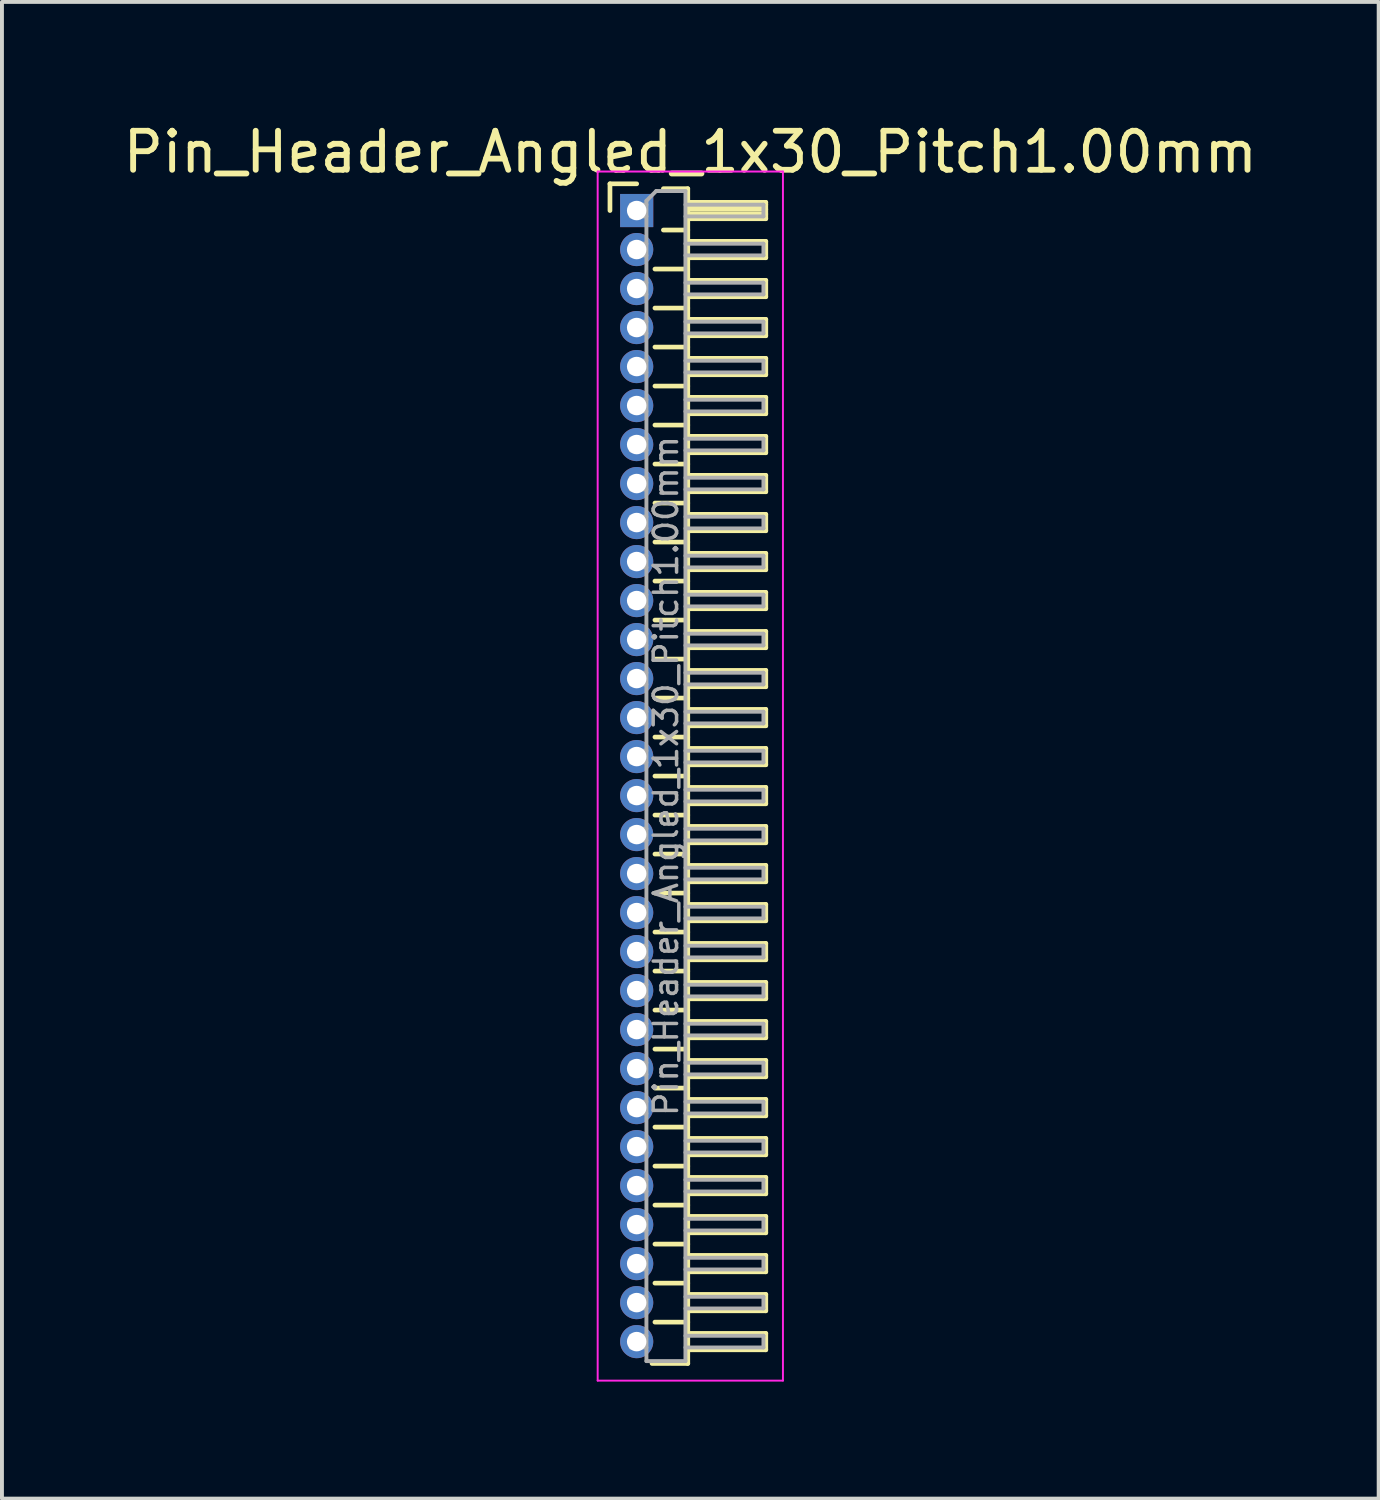
<source format=kicad_pcb>
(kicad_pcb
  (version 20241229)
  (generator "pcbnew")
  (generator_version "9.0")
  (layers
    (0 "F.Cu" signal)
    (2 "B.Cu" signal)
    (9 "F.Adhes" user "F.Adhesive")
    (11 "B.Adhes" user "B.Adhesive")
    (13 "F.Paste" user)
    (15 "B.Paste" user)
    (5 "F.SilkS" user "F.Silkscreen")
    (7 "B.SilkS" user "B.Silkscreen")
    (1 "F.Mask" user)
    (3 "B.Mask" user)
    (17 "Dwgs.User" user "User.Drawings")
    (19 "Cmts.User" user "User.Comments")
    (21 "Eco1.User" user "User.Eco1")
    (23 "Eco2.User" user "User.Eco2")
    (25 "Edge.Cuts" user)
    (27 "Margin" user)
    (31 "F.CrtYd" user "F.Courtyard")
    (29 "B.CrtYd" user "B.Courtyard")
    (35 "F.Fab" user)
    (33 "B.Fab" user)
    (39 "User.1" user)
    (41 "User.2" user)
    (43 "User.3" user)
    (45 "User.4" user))
  (footprint "Pin_Header_Angled_1x30_Pitch1.00mm"
    (layer "F.Cu")
    (at 13.274 2.348)
    (property "Reference" "Pin_Header_Angled_1x30_Pitch1.00mm" (at 1.375 -1.5 0) (layer "F.SilkS") (effects (font (size 1 1) (thickness 0.15))))
    (attr through_hole)
    (fp_line (start -0.685 -0.685) (end 0 -0.685) (stroke (width 0.12) (type solid)) (layer "F.SilkS"))
    (fp_line (start -0.685 0) (end -0.685 -0.685) (stroke (width 0.12) (type solid)) (layer "F.SilkS"))
    (fp_line (start 0.468 1.5) (end 1.31 1.5) (stroke (width 0.12) (type solid)) (layer "F.SilkS"))
    (fp_line (start 0.468 2.5) (end 1.31 2.5) (stroke (width 0.12) (type solid)) (layer "F.SilkS"))
    (fp_line (start 0.468 3.5) (end 1.31 3.5) (stroke (width 0.12) (type solid)) (layer "F.SilkS"))
    (fp_line (start 0.468 4.5) (end 1.31 4.5) (stroke (width 0.12) (type solid)) (layer "F.SilkS"))
    (fp_line (start 0.468 5.5) (end 1.31 5.5) (stroke (width 0.12) (type solid)) (layer "F.SilkS"))
    (fp_line (start 0.468 6.5) (end 1.31 6.5) (stroke (width 0.12) (type solid)) (layer "F.SilkS"))
    (fp_line (start 0.468 7.5) (end 1.31 7.5) (stroke (width 0.12) (type solid)) (layer "F.SilkS"))
    (fp_line (start 0.468 8.5) (end 1.31 8.5) (stroke (width 0.12) (type solid)) (layer "F.SilkS"))
    (fp_line (start 0.468 9.5) (end 1.31 9.5) (stroke (width 0.12) (type solid)) (layer "F.SilkS"))
    (fp_line (start 0.468 10.5) (end 1.31 10.5) (stroke (width 0.12) (type solid)) (layer "F.SilkS"))
    (fp_line (start 0.468 11.5) (end 1.31 11.5) (stroke (width 0.12) (type solid)) (layer "F.SilkS"))
    (fp_line (start 0.468 12.5) (end 1.31 12.5) (stroke (width 0.12) (type solid)) (layer "F.SilkS"))
    (fp_line (start 0.468 13.5) (end 1.31 13.5) (stroke (width 0.12) (type solid)) (layer "F.SilkS"))
    (fp_line (start 0.468 14.5) (end 1.31 14.5) (stroke (width 0.12) (type solid)) (layer "F.SilkS"))
    (fp_line (start 0.468 15.5) (end 1.31 15.5) (stroke (width 0.12) (type solid)) (layer "F.SilkS"))
    (fp_line (start 0.468 16.5) (end 1.31 16.5) (stroke (width 0.12) (type solid)) (layer "F.SilkS"))
    (fp_line (start 0.468 17.5) (end 1.31 17.5) (stroke (width 0.12) (type solid)) (layer "F.SilkS"))
    (fp_line (start 0.468 18.5) (end 1.31 18.5) (stroke (width 0.12) (type solid)) (layer "F.SilkS"))
    (fp_line (start 0.468 19.5) (end 1.31 19.5) (stroke (width 0.12) (type solid)) (layer "F.SilkS"))
    (fp_line (start 0.468 20.5) (end 1.31 20.5) (stroke (width 0.12) (type solid)) (layer "F.SilkS"))
    (fp_line (start 0.468 21.5) (end 1.31 21.5) (stroke (width 0.12) (type solid)) (layer "F.SilkS"))
    (fp_line (start 0.468 22.5) (end 1.31 22.5) (stroke (width 0.12) (type solid)) (layer "F.SilkS"))
    (fp_line (start 0.468 23.5) (end 1.31 23.5) (stroke (width 0.12) (type solid)) (layer "F.SilkS"))
    (fp_line (start 0.468 24.5) (end 1.31 24.5) (stroke (width 0.12) (type solid)) (layer "F.SilkS"))
    (fp_line (start 0.468 25.5) (end 1.31 25.5) (stroke (width 0.12) (type solid)) (layer "F.SilkS"))
    (fp_line (start 0.468 26.5) (end 1.31 26.5) (stroke (width 0.12) (type solid)) (layer "F.SilkS"))
    (fp_line (start 0.468 27.5) (end 1.31 27.5) (stroke (width 0.12) (type solid)) (layer "F.SilkS"))
    (fp_line (start 0.468 28.5) (end 1.31 28.5) (stroke (width 0.12) (type solid)) (layer "F.SilkS"))
    (fp_line (start 0.685 -0.56) (end 1.31 -0.56) (stroke (width 0.12) (type solid)) (layer "F.SilkS"))
    (fp_line (start 0.685 0.5) (end 1.31 0.5) (stroke (width 0.12) (type solid)) (layer "F.SilkS"))
    (fp_line (start 1.31 -0.56) (end 1.31 29.56) (stroke (width 0.12) (type solid)) (layer "F.SilkS"))
    (fp_line (start 1.31 -0.21) (end 3.31 -0.21) (stroke (width 0.12) (type solid)) (layer "F.SilkS"))
    (fp_line (start 1.31 -0.15) (end 3.31 -0.15) (stroke (width 0.12) (type solid)) (layer "F.SilkS"))
    (fp_line (start 1.31 -0.03) (end 3.31 -0.03) (stroke (width 0.12) (type solid)) (layer "F.SilkS"))
    (fp_line (start 1.31 0.09) (end 3.31 0.09) (stroke (width 0.12) (type solid)) (layer "F.SilkS"))
    (fp_line (start 1.31 0.79) (end 3.31 0.79) (stroke (width 0.12) (type solid)) (layer "F.SilkS"))
    (fp_line (start 1.31 1.79) (end 3.31 1.79) (stroke (width 0.12) (type solid)) (layer "F.SilkS"))
    (fp_line (start 1.31 2.79) (end 3.31 2.79) (stroke (width 0.12) (type solid)) (layer "F.SilkS"))
    (fp_line (start 1.31 3.79) (end 3.31 3.79) (stroke (width 0.12) (type solid)) (layer "F.SilkS"))
    (fp_line (start 1.31 4.79) (end 3.31 4.79) (stroke (width 0.12) (type solid)) (layer "F.SilkS"))
    (fp_line (start 1.31 5.79) (end 3.31 5.79) (stroke (width 0.12) (type solid)) (layer "F.SilkS"))
    (fp_line (start 1.31 6.79) (end 3.31 6.79) (stroke (width 0.12) (type solid)) (layer "F.SilkS"))
    (fp_line (start 1.31 7.79) (end 3.31 7.79) (stroke (width 0.12) (type solid)) (layer "F.SilkS"))
    (fp_line (start 1.31 8.79) (end 3.31 8.79) (stroke (width 0.12) (type solid)) (layer "F.SilkS"))
    (fp_line (start 1.31 9.79) (end 3.31 9.79) (stroke (width 0.12) (type solid)) (layer "F.SilkS"))
    (fp_line (start 1.31 10.79) (end 3.31 10.79) (stroke (width 0.12) (type solid)) (layer "F.SilkS"))
    (fp_line (start 1.31 11.79) (end 3.31 11.79) (stroke (width 0.12) (type solid)) (layer "F.SilkS"))
    (fp_line (start 1.31 12.79) (end 3.31 12.79) (stroke (width 0.12) (type solid)) (layer "F.SilkS"))
    (fp_line (start 1.31 13.79) (end 3.31 13.79) (stroke (width 0.12) (type solid)) (layer "F.SilkS"))
    (fp_line (start 1.31 14.79) (end 3.31 14.79) (stroke (width 0.12) (type solid)) (layer "F.SilkS"))
    (fp_line (start 1.31 15.79) (end 3.31 15.79) (stroke (width 0.12) (type solid)) (layer "F.SilkS"))
    (fp_line (start 1.31 16.79) (end 3.31 16.79) (stroke (width 0.12) (type solid)) (layer "F.SilkS"))
    (fp_line (start 1.31 17.79) (end 3.31 17.79) (stroke (width 0.12) (type solid)) (layer "F.SilkS"))
    (fp_line (start 1.31 18.79) (end 3.31 18.79) (stroke (width 0.12) (type solid)) (layer "F.SilkS"))
    (fp_line (start 1.31 19.79) (end 3.31 19.79) (stroke (width 0.12) (type solid)) (layer "F.SilkS"))
    (fp_line (start 1.31 20.79) (end 3.31 20.79) (stroke (width 0.12) (type solid)) (layer "F.SilkS"))
    (fp_line (start 1.31 21.79) (end 3.31 21.79) (stroke (width 0.12) (type solid)) (layer "F.SilkS"))
    (fp_line (start 1.31 22.79) (end 3.31 22.79) (stroke (width 0.12) (type solid)) (layer "F.SilkS"))
    (fp_line (start 1.31 23.79) (end 3.31 23.79) (stroke (width 0.12) (type solid)) (layer "F.SilkS"))
    (fp_line (start 1.31 24.79) (end 3.31 24.79) (stroke (width 0.12) (type solid)) (layer "F.SilkS"))
    (fp_line (start 1.31 25.79) (end 3.31 25.79) (stroke (width 0.12) (type solid)) (layer "F.SilkS"))
    (fp_line (start 1.31 26.79) (end 3.31 26.79) (stroke (width 0.12) (type solid)) (layer "F.SilkS"))
    (fp_line (start 1.31 27.79) (end 3.31 27.79) (stroke (width 0.12) (type solid)) (layer "F.SilkS"))
    (fp_line (start 1.31 28.79) (end 3.31 28.79) (stroke (width 0.12) (type solid)) (layer "F.SilkS"))
    (fp_line (start 1.31 29.56) (end 0.394 29.56) (stroke (width 0.12) (type solid)) (layer "F.SilkS"))
    (fp_line (start 3.31 -0.21) (end 3.31 0.21) (stroke (width 0.12) (type solid)) (layer "F.SilkS"))
    (fp_line (start 3.31 0.21) (end 1.31 0.21) (stroke (width 0.12) (type solid)) (layer "F.SilkS"))
    (fp_line (start 3.31 0.79) (end 3.31 1.21) (stroke (width 0.12) (type solid)) (layer "F.SilkS"))
    (fp_line (start 3.31 1.21) (end 1.31 1.21) (stroke (width 0.12) (type solid)) (layer "F.SilkS"))
    (fp_line (start 3.31 1.79) (end 3.31 2.21) (stroke (width 0.12) (type solid)) (layer "F.SilkS"))
    (fp_line (start 3.31 2.21) (end 1.31 2.21) (stroke (width 0.12) (type solid)) (layer "F.SilkS"))
    (fp_line (start 3.31 2.79) (end 3.31 3.21) (stroke (width 0.12) (type solid)) (layer "F.SilkS"))
    (fp_line (start 3.31 3.21) (end 1.31 3.21) (stroke (width 0.12) (type solid)) (layer "F.SilkS"))
    (fp_line (start 3.31 3.79) (end 3.31 4.21) (stroke (width 0.12) (type solid)) (layer "F.SilkS"))
    (fp_line (start 3.31 4.21) (end 1.31 4.21) (stroke (width 0.12) (type solid)) (layer "F.SilkS"))
    (fp_line (start 3.31 4.79) (end 3.31 5.21) (stroke (width 0.12) (type solid)) (layer "F.SilkS"))
    (fp_line (start 3.31 5.21) (end 1.31 5.21) (stroke (width 0.12) (type solid)) (layer "F.SilkS"))
    (fp_line (start 3.31 5.79) (end 3.31 6.21) (stroke (width 0.12) (type solid)) (layer "F.SilkS"))
    (fp_line (start 3.31 6.21) (end 1.31 6.21) (stroke (width 0.12) (type solid)) (layer "F.SilkS"))
    (fp_line (start 3.31 6.79) (end 3.31 7.21) (stroke (width 0.12) (type solid)) (layer "F.SilkS"))
    (fp_line (start 3.31 7.21) (end 1.31 7.21) (stroke (width 0.12) (type solid)) (layer "F.SilkS"))
    (fp_line (start 3.31 7.79) (end 3.31 8.21) (stroke (width 0.12) (type solid)) (layer "F.SilkS"))
    (fp_line (start 3.31 8.21) (end 1.31 8.21) (stroke (width 0.12) (type solid)) (layer "F.SilkS"))
    (fp_line (start 3.31 8.79) (end 3.31 9.21) (stroke (width 0.12) (type solid)) (layer "F.SilkS"))
    (fp_line (start 3.31 9.21) (end 1.31 9.21) (stroke (width 0.12) (type solid)) (layer "F.SilkS"))
    (fp_line (start 3.31 9.79) (end 3.31 10.21) (stroke (width 0.12) (type solid)) (layer "F.SilkS"))
    (fp_line (start 3.31 10.21) (end 1.31 10.21) (stroke (width 0.12) (type solid)) (layer "F.SilkS"))
    (fp_line (start 3.31 10.79) (end 3.31 11.21) (stroke (width 0.12) (type solid)) (layer "F.SilkS"))
    (fp_line (start 3.31 11.21) (end 1.31 11.21) (stroke (width 0.12) (type solid)) (layer "F.SilkS"))
    (fp_line (start 3.31 11.79) (end 3.31 12.21) (stroke (width 0.12) (type solid)) (layer "F.SilkS"))
    (fp_line (start 3.31 12.21) (end 1.31 12.21) (stroke (width 0.12) (type solid)) (layer "F.SilkS"))
    (fp_line (start 3.31 12.79) (end 3.31 13.21) (stroke (width 0.12) (type solid)) (layer "F.SilkS"))
    (fp_line (start 3.31 13.21) (end 1.31 13.21) (stroke (width 0.12) (type solid)) (layer "F.SilkS"))
    (fp_line (start 3.31 13.79) (end 3.31 14.21) (stroke (width 0.12) (type solid)) (layer "F.SilkS"))
    (fp_line (start 3.31 14.21) (end 1.31 14.21) (stroke (width 0.12) (type solid)) (layer "F.SilkS"))
    (fp_line (start 3.31 14.79) (end 3.31 15.21) (stroke (width 0.12) (type solid)) (layer "F.SilkS"))
    (fp_line (start 3.31 15.21) (end 1.31 15.21) (stroke (width 0.12) (type solid)) (layer "F.SilkS"))
    (fp_line (start 3.31 15.79) (end 3.31 16.21) (stroke (width 0.12) (type solid)) (layer "F.SilkS"))
    (fp_line (start 3.31 16.21) (end 1.31 16.21) (stroke (width 0.12) (type solid)) (layer "F.SilkS"))
    (fp_line (start 3.31 16.79) (end 3.31 17.21) (stroke (width 0.12) (type solid)) (layer "F.SilkS"))
    (fp_line (start 3.31 17.21) (end 1.31 17.21) (stroke (width 0.12) (type solid)) (layer "F.SilkS"))
    (fp_line (start 3.31 17.79) (end 3.31 18.21) (stroke (width 0.12) (type solid)) (layer "F.SilkS"))
    (fp_line (start 3.31 18.21) (end 1.31 18.21) (stroke (width 0.12) (type solid)) (layer "F.SilkS"))
    (fp_line (start 3.31 18.79) (end 3.31 19.21) (stroke (width 0.12) (type solid)) (layer "F.SilkS"))
    (fp_line (start 3.31 19.21) (end 1.31 19.21) (stroke (width 0.12) (type solid)) (layer "F.SilkS"))
    (fp_line (start 3.31 19.79) (end 3.31 20.21) (stroke (width 0.12) (type solid)) (layer "F.SilkS"))
    (fp_line (start 3.31 20.21) (end 1.31 20.21) (stroke (width 0.12) (type solid)) (layer "F.SilkS"))
    (fp_line (start 3.31 20.79) (end 3.31 21.21) (stroke (width 0.12) (type solid)) (layer "F.SilkS"))
    (fp_line (start 3.31 21.21) (end 1.31 21.21) (stroke (width 0.12) (type solid)) (layer "F.SilkS"))
    (fp_line (start 3.31 21.79) (end 3.31 22.21) (stroke (width 0.12) (type solid)) (layer "F.SilkS"))
    (fp_line (start 3.31 22.21) (end 1.31 22.21) (stroke (width 0.12) (type solid)) (layer "F.SilkS"))
    (fp_line (start 3.31 22.79) (end 3.31 23.21) (stroke (width 0.12) (type solid)) (layer "F.SilkS"))
    (fp_line (start 3.31 23.21) (end 1.31 23.21) (stroke (width 0.12) (type solid)) (layer "F.SilkS"))
    (fp_line (start 3.31 23.79) (end 3.31 24.21) (stroke (width 0.12) (type solid)) (layer "F.SilkS"))
    (fp_line (start 3.31 24.21) (end 1.31 24.21) (stroke (width 0.12) (type solid)) (layer "F.SilkS"))
    (fp_line (start 3.31 24.79) (end 3.31 25.21) (stroke (width 0.12) (type solid)) (layer "F.SilkS"))
    (fp_line (start 3.31 25.21) (end 1.31 25.21) (stroke (width 0.12) (type solid)) (layer "F.SilkS"))
    (fp_line (start 3.31 25.79) (end 3.31 26.21) (stroke (width 0.12) (type solid)) (layer "F.SilkS"))
    (fp_line (start 3.31 26.21) (end 1.31 26.21) (stroke (width 0.12) (type solid)) (layer "F.SilkS"))
    (fp_line (start 3.31 26.79) (end 3.31 27.21) (stroke (width 0.12) (type solid)) (layer "F.SilkS"))
    (fp_line (start 3.31 27.21) (end 1.31 27.21) (stroke (width 0.12) (type solid)) (layer "F.SilkS"))
    (fp_line (start 3.31 27.79) (end 3.31 28.21) (stroke (width 0.12) (type solid)) (layer "F.SilkS"))
    (fp_line (start 3.31 28.21) (end 1.31 28.21) (stroke (width 0.12) (type solid)) (layer "F.SilkS"))
    (fp_line (start 3.31 28.79) (end 3.31 29.21) (stroke (width 0.12) (type solid)) (layer "F.SilkS"))
    (fp_line (start 3.31 29.21) (end 1.31 29.21) (stroke (width 0.12) (type solid)) (layer "F.SilkS"))
    (fp_line (start -1 -1) (end -1 30) (stroke (width 0.05) (type solid)) (layer "F.CrtYd"))
    (fp_line (start -1 30) (end 3.75 30) (stroke (width 0.05) (type solid)) (layer "F.CrtYd"))
    (fp_line (start 3.75 -1) (end -1 -1) (stroke (width 0.05) (type solid)) (layer "F.CrtYd"))
    (fp_line (start 3.75 30) (end 3.75 -1) (stroke (width 0.05) (type solid)) (layer "F.CrtYd"))
    (fp_line (start -0.15 -0.15) (end -0.15 0.15) (stroke (width 0.1) (type solid)) (layer "F.Fab"))
    (fp_line (start -0.15 -0.15) (end 0.25 -0.15) (stroke (width 0.1) (type solid)) (layer "F.Fab"))
    (fp_line (start -0.15 0.15) (end 0.25 0.15) (stroke (width 0.1) (type solid)) (layer "F.Fab"))
    (fp_line (start -0.15 0.85) (end -0.15 1.15) (stroke (width 0.1) (type solid)) (layer "F.Fab"))
    (fp_line (start -0.15 0.85) (end 0.25 0.85) (stroke (width 0.1) (type solid)) (layer "F.Fab"))
    (fp_line (start -0.15 1.15) (end 0.25 1.15) (stroke (width 0.1) (type solid)) (layer "F.Fab"))
    (fp_line (start -0.15 1.85) (end -0.15 2.15) (stroke (width 0.1) (type solid)) (layer "F.Fab"))
    (fp_line (start -0.15 1.85) (end 0.25 1.85) (stroke (width 0.1) (type solid)) (layer "F.Fab"))
    (fp_line (start -0.15 2.15) (end 0.25 2.15) (stroke (width 0.1) (type solid)) (layer "F.Fab"))
    (fp_line (start -0.15 2.85) (end -0.15 3.15) (stroke (width 0.1) (type solid)) (layer "F.Fab"))
    (fp_line (start -0.15 2.85) (end 0.25 2.85) (stroke (width 0.1) (type solid)) (layer "F.Fab"))
    (fp_line (start -0.15 3.15) (end 0.25 3.15) (stroke (width 0.1) (type solid)) (layer "F.Fab"))
    (fp_line (start -0.15 3.85) (end -0.15 4.15) (stroke (width 0.1) (type solid)) (layer "F.Fab"))
    (fp_line (start -0.15 3.85) (end 0.25 3.85) (stroke (width 0.1) (type solid)) (layer "F.Fab"))
    (fp_line (start -0.15 4.15) (end 0.25 4.15) (stroke (width 0.1) (type solid)) (layer "F.Fab"))
    (fp_line (start -0.15 4.85) (end -0.15 5.15) (stroke (width 0.1) (type solid)) (layer "F.Fab"))
    (fp_line (start -0.15 4.85) (end 0.25 4.85) (stroke (width 0.1) (type solid)) (layer "F.Fab"))
    (fp_line (start -0.15 5.15) (end 0.25 5.15) (stroke (width 0.1) (type solid)) (layer "F.Fab"))
    (fp_line (start -0.15 5.85) (end -0.15 6.15) (stroke (width 0.1) (type solid)) (layer "F.Fab"))
    (fp_line (start -0.15 5.85) (end 0.25 5.85) (stroke (width 0.1) (type solid)) (layer "F.Fab"))
    (fp_line (start -0.15 6.15) (end 0.25 6.15) (stroke (width 0.1) (type solid)) (layer "F.Fab"))
    (fp_line (start -0.15 6.85) (end -0.15 7.15) (stroke (width 0.1) (type solid)) (layer "F.Fab"))
    (fp_line (start -0.15 6.85) (end 0.25 6.85) (stroke (width 0.1) (type solid)) (layer "F.Fab"))
    (fp_line (start -0.15 7.15) (end 0.25 7.15) (stroke (width 0.1) (type solid)) (layer "F.Fab"))
    (fp_line (start -0.15 7.85) (end -0.15 8.15) (stroke (width 0.1) (type solid)) (layer "F.Fab"))
    (fp_line (start -0.15 7.85) (end 0.25 7.85) (stroke (width 0.1) (type solid)) (layer "F.Fab"))
    (fp_line (start -0.15 8.15) (end 0.25 8.15) (stroke (width 0.1) (type solid)) (layer "F.Fab"))
    (fp_line (start -0.15 8.85) (end -0.15 9.15) (stroke (width 0.1) (type solid)) (layer "F.Fab"))
    (fp_line (start -0.15 8.85) (end 0.25 8.85) (stroke (width 0.1) (type solid)) (layer "F.Fab"))
    (fp_line (start -0.15 9.15) (end 0.25 9.15) (stroke (width 0.1) (type solid)) (layer "F.Fab"))
    (fp_line (start -0.15 9.85) (end -0.15 10.15) (stroke (width 0.1) (type solid)) (layer "F.Fab"))
    (fp_line (start -0.15 9.85) (end 0.25 9.85) (stroke (width 0.1) (type solid)) (layer "F.Fab"))
    (fp_line (start -0.15 10.15) (end 0.25 10.15) (stroke (width 0.1) (type solid)) (layer "F.Fab"))
    (fp_line (start -0.15 10.85) (end -0.15 11.15) (stroke (width 0.1) (type solid)) (layer "F.Fab"))
    (fp_line (start -0.15 10.85) (end 0.25 10.85) (stroke (width 0.1) (type solid)) (layer "F.Fab"))
    (fp_line (start -0.15 11.15) (end 0.25 11.15) (stroke (width 0.1) (type solid)) (layer "F.Fab"))
    (fp_line (start -0.15 11.85) (end -0.15 12.15) (stroke (width 0.1) (type solid)) (layer "F.Fab"))
    (fp_line (start -0.15 11.85) (end 0.25 11.85) (stroke (width 0.1) (type solid)) (layer "F.Fab"))
    (fp_line (start -0.15 12.15) (end 0.25 12.15) (stroke (width 0.1) (type solid)) (layer "F.Fab"))
    (fp_line (start -0.15 12.85) (end -0.15 13.15) (stroke (width 0.1) (type solid)) (layer "F.Fab"))
    (fp_line (start -0.15 12.85) (end 0.25 12.85) (stroke (width 0.1) (type solid)) (layer "F.Fab"))
    (fp_line (start -0.15 13.15) (end 0.25 13.15) (stroke (width 0.1) (type solid)) (layer "F.Fab"))
    (fp_line (start -0.15 13.85) (end -0.15 14.15) (stroke (width 0.1) (type solid)) (layer "F.Fab"))
    (fp_line (start -0.15 13.85) (end 0.25 13.85) (stroke (width 0.1) (type solid)) (layer "F.Fab"))
    (fp_line (start -0.15 14.15) (end 0.25 14.15) (stroke (width 0.1) (type solid)) (layer "F.Fab"))
    (fp_line (start -0.15 14.85) (end -0.15 15.15) (stroke (width 0.1) (type solid)) (layer "F.Fab"))
    (fp_line (start -0.15 14.85) (end 0.25 14.85) (stroke (width 0.1) (type solid)) (layer "F.Fab"))
    (fp_line (start -0.15 15.15) (end 0.25 15.15) (stroke (width 0.1) (type solid)) (layer "F.Fab"))
    (fp_line (start -0.15 15.85) (end -0.15 16.15) (stroke (width 0.1) (type solid)) (layer "F.Fab"))
    (fp_line (start -0.15 15.85) (end 0.25 15.85) (stroke (width 0.1) (type solid)) (layer "F.Fab"))
    (fp_line (start -0.15 16.15) (end 0.25 16.15) (stroke (width 0.1) (type solid)) (layer "F.Fab"))
    (fp_line (start -0.15 16.85) (end -0.15 17.15) (stroke (width 0.1) (type solid)) (layer "F.Fab"))
    (fp_line (start -0.15 16.85) (end 0.25 16.85) (stroke (width 0.1) (type solid)) (layer "F.Fab"))
    (fp_line (start -0.15 17.15) (end 0.25 17.15) (stroke (width 0.1) (type solid)) (layer "F.Fab"))
    (fp_line (start -0.15 17.85) (end -0.15 18.15) (stroke (width 0.1) (type solid)) (layer "F.Fab"))
    (fp_line (start -0.15 17.85) (end 0.25 17.85) (stroke (width 0.1) (type solid)) (layer "F.Fab"))
    (fp_line (start -0.15 18.15) (end 0.25 18.15) (stroke (width 0.1) (type solid)) (layer "F.Fab"))
    (fp_line (start -0.15 18.85) (end -0.15 19.15) (stroke (width 0.1) (type solid)) (layer "F.Fab"))
    (fp_line (start -0.15 18.85) (end 0.25 18.85) (stroke (width 0.1) (type solid)) (layer "F.Fab"))
    (fp_line (start -0.15 19.15) (end 0.25 19.15) (stroke (width 0.1) (type solid)) (layer "F.Fab"))
    (fp_line (start -0.15 19.85) (end -0.15 20.15) (stroke (width 0.1) (type solid)) (layer "F.Fab"))
    (fp_line (start -0.15 19.85) (end 0.25 19.85) (stroke (width 0.1) (type solid)) (layer "F.Fab"))
    (fp_line (start -0.15 20.15) (end 0.25 20.15) (stroke (width 0.1) (type solid)) (layer "F.Fab"))
    (fp_line (start -0.15 20.85) (end -0.15 21.15) (stroke (width 0.1) (type solid)) (layer "F.Fab"))
    (fp_line (start -0.15 20.85) (end 0.25 20.85) (stroke (width 0.1) (type solid)) (layer "F.Fab"))
    (fp_line (start -0.15 21.15) (end 0.25 21.15) (stroke (width 0.1) (type solid)) (layer "F.Fab"))
    (fp_line (start -0.15 21.85) (end -0.15 22.15) (stroke (width 0.1) (type solid)) (layer "F.Fab"))
    (fp_line (start -0.15 21.85) (end 0.25 21.85) (stroke (width 0.1) (type solid)) (layer "F.Fab"))
    (fp_line (start -0.15 22.15) (end 0.25 22.15) (stroke (width 0.1) (type solid)) (layer "F.Fab"))
    (fp_line (start -0.15 22.85) (end -0.15 23.15) (stroke (width 0.1) (type solid)) (layer "F.Fab"))
    (fp_line (start -0.15 22.85) (end 0.25 22.85) (stroke (width 0.1) (type solid)) (layer "F.Fab"))
    (fp_line (start -0.15 23.15) (end 0.25 23.15) (stroke (width 0.1) (type solid)) (layer "F.Fab"))
    (fp_line (start -0.15 23.85) (end -0.15 24.15) (stroke (width 0.1) (type solid)) (layer "F.Fab"))
    (fp_line (start -0.15 23.85) (end 0.25 23.85) (stroke (width 0.1) (type solid)) (layer "F.Fab"))
    (fp_line (start -0.15 24.15) (end 0.25 24.15) (stroke (width 0.1) (type solid)) (layer "F.Fab"))
    (fp_line (start -0.15 24.85) (end -0.15 25.15) (stroke (width 0.1) (type solid)) (layer "F.Fab"))
    (fp_line (start -0.15 24.85) (end 0.25 24.85) (stroke (width 0.1) (type solid)) (layer "F.Fab"))
    (fp_line (start -0.15 25.15) (end 0.25 25.15) (stroke (width 0.1) (type solid)) (layer "F.Fab"))
    (fp_line (start -0.15 25.85) (end -0.15 26.15) (stroke (width 0.1) (type solid)) (layer "F.Fab"))
    (fp_line (start -0.15 25.85) (end 0.25 25.85) (stroke (width 0.1) (type solid)) (layer "F.Fab"))
    (fp_line (start -0.15 26.15) (end 0.25 26.15) (stroke (width 0.1) (type solid)) (layer "F.Fab"))
    (fp_line (start -0.15 26.85) (end -0.15 27.15) (stroke (width 0.1) (type solid)) (layer "F.Fab"))
    (fp_line (start -0.15 26.85) (end 0.25 26.85) (stroke (width 0.1) (type solid)) (layer "F.Fab"))
    (fp_line (start -0.15 27.15) (end 0.25 27.15) (stroke (width 0.1) (type solid)) (layer "F.Fab"))
    (fp_line (start -0.15 27.85) (end -0.15 28.15) (stroke (width 0.1) (type solid)) (layer "F.Fab"))
    (fp_line (start -0.15 27.85) (end 0.25 27.85) (stroke (width 0.1) (type solid)) (layer "F.Fab"))
    (fp_line (start -0.15 28.15) (end 0.25 28.15) (stroke (width 0.1) (type solid)) (layer "F.Fab"))
    (fp_line (start -0.15 28.85) (end -0.15 29.15) (stroke (width 0.1) (type solid)) (layer "F.Fab"))
    (fp_line (start -0.15 28.85) (end 0.25 28.85) (stroke (width 0.1) (type solid)) (layer "F.Fab"))
    (fp_line (start -0.15 29.15) (end 0.25 29.15) (stroke (width 0.1) (type solid)) (layer "F.Fab"))
    (fp_line (start 0.25 -0.25) (end 0.5 -0.5) (stroke (width 0.1) (type solid)) (layer "F.Fab"))
    (fp_line (start 0.25 29.5) (end 0.25 -0.25) (stroke (width 0.1) (type solid)) (layer "F.Fab"))
    (fp_line (start 0.5 -0.5) (end 1.25 -0.5) (stroke (width 0.1) (type solid)) (layer "F.Fab"))
    (fp_line (start 1.25 -0.5) (end 1.25 29.5) (stroke (width 0.1) (type solid)) (layer "F.Fab"))
    (fp_line (start 1.25 -0.15) (end 3.25 -0.15) (stroke (width 0.1) (type solid)) (layer "F.Fab"))
    (fp_line (start 1.25 0.15) (end 3.25 0.15) (stroke (width 0.1) (type solid)) (layer "F.Fab"))
    (fp_line (start 1.25 0.85) (end 3.25 0.85) (stroke (width 0.1) (type solid)) (layer "F.Fab"))
    (fp_line (start 1.25 1.15) (end 3.25 1.15) (stroke (width 0.1) (type solid)) (layer "F.Fab"))
    (fp_line (start 1.25 1.85) (end 3.25 1.85) (stroke (width 0.1) (type solid)) (layer "F.Fab"))
    (fp_line (start 1.25 2.15) (end 3.25 2.15) (stroke (width 0.1) (type solid)) (layer "F.Fab"))
    (fp_line (start 1.25 2.85) (end 3.25 2.85) (stroke (width 0.1) (type solid)) (layer "F.Fab"))
    (fp_line (start 1.25 3.15) (end 3.25 3.15) (stroke (width 0.1) (type solid)) (layer "F.Fab"))
    (fp_line (start 1.25 3.85) (end 3.25 3.85) (stroke (width 0.1) (type solid)) (layer "F.Fab"))
    (fp_line (start 1.25 4.15) (end 3.25 4.15) (stroke (width 0.1) (type solid)) (layer "F.Fab"))
    (fp_line (start 1.25 4.85) (end 3.25 4.85) (stroke (width 0.1) (type solid)) (layer "F.Fab"))
    (fp_line (start 1.25 5.15) (end 3.25 5.15) (stroke (width 0.1) (type solid)) (layer "F.Fab"))
    (fp_line (start 1.25 5.85) (end 3.25 5.85) (stroke (width 0.1) (type solid)) (layer "F.Fab"))
    (fp_line (start 1.25 6.15) (end 3.25 6.15) (stroke (width 0.1) (type solid)) (layer "F.Fab"))
    (fp_line (start 1.25 6.85) (end 3.25 6.85) (stroke (width 0.1) (type solid)) (layer "F.Fab"))
    (fp_line (start 1.25 7.15) (end 3.25 7.15) (stroke (width 0.1) (type solid)) (layer "F.Fab"))
    (fp_line (start 1.25 7.85) (end 3.25 7.85) (stroke (width 0.1) (type solid)) (layer "F.Fab"))
    (fp_line (start 1.25 8.15) (end 3.25 8.15) (stroke (width 0.1) (type solid)) (layer "F.Fab"))
    (fp_line (start 1.25 8.85) (end 3.25 8.85) (stroke (width 0.1) (type solid)) (layer "F.Fab"))
    (fp_line (start 1.25 9.15) (end 3.25 9.15) (stroke (width 0.1) (type solid)) (layer "F.Fab"))
    (fp_line (start 1.25 9.85) (end 3.25 9.85) (stroke (width 0.1) (type solid)) (layer "F.Fab"))
    (fp_line (start 1.25 10.15) (end 3.25 10.15) (stroke (width 0.1) (type solid)) (layer "F.Fab"))
    (fp_line (start 1.25 10.85) (end 3.25 10.85) (stroke (width 0.1) (type solid)) (layer "F.Fab"))
    (fp_line (start 1.25 11.15) (end 3.25 11.15) (stroke (width 0.1) (type solid)) (layer "F.Fab"))
    (fp_line (start 1.25 11.85) (end 3.25 11.85) (stroke (width 0.1) (type solid)) (layer "F.Fab"))
    (fp_line (start 1.25 12.15) (end 3.25 12.15) (stroke (width 0.1) (type solid)) (layer "F.Fab"))
    (fp_line (start 1.25 12.85) (end 3.25 12.85) (stroke (width 0.1) (type solid)) (layer "F.Fab"))
    (fp_line (start 1.25 13.15) (end 3.25 13.15) (stroke (width 0.1) (type solid)) (layer "F.Fab"))
    (fp_line (start 1.25 13.85) (end 3.25 13.85) (stroke (width 0.1) (type solid)) (layer "F.Fab"))
    (fp_line (start 1.25 14.15) (end 3.25 14.15) (stroke (width 0.1) (type solid)) (layer "F.Fab"))
    (fp_line (start 1.25 14.85) (end 3.25 14.85) (stroke (width 0.1) (type solid)) (layer "F.Fab"))
    (fp_line (start 1.25 15.15) (end 3.25 15.15) (stroke (width 0.1) (type solid)) (layer "F.Fab"))
    (fp_line (start 1.25 15.85) (end 3.25 15.85) (stroke (width 0.1) (type solid)) (layer "F.Fab"))
    (fp_line (start 1.25 16.15) (end 3.25 16.15) (stroke (width 0.1) (type solid)) (layer "F.Fab"))
    (fp_line (start 1.25 16.85) (end 3.25 16.85) (stroke (width 0.1) (type solid)) (layer "F.Fab"))
    (fp_line (start 1.25 17.15) (end 3.25 17.15) (stroke (width 0.1) (type solid)) (layer "F.Fab"))
    (fp_line (start 1.25 17.85) (end 3.25 17.85) (stroke (width 0.1) (type solid)) (layer "F.Fab"))
    (fp_line (start 1.25 18.15) (end 3.25 18.15) (stroke (width 0.1) (type solid)) (layer "F.Fab"))
    (fp_line (start 1.25 18.85) (end 3.25 18.85) (stroke (width 0.1) (type solid)) (layer "F.Fab"))
    (fp_line (start 1.25 19.15) (end 3.25 19.15) (stroke (width 0.1) (type solid)) (layer "F.Fab"))
    (fp_line (start 1.25 19.85) (end 3.25 19.85) (stroke (width 0.1) (type solid)) (layer "F.Fab"))
    (fp_line (start 1.25 20.15) (end 3.25 20.15) (stroke (width 0.1) (type solid)) (layer "F.Fab"))
    (fp_line (start 1.25 20.85) (end 3.25 20.85) (stroke (width 0.1) (type solid)) (layer "F.Fab"))
    (fp_line (start 1.25 21.15) (end 3.25 21.15) (stroke (width 0.1) (type solid)) (layer "F.Fab"))
    (fp_line (start 1.25 21.85) (end 3.25 21.85) (stroke (width 0.1) (type solid)) (layer "F.Fab"))
    (fp_line (start 1.25 22.15) (end 3.25 22.15) (stroke (width 0.1) (type solid)) (layer "F.Fab"))
    (fp_line (start 1.25 22.85) (end 3.25 22.85) (stroke (width 0.1) (type solid)) (layer "F.Fab"))
    (fp_line (start 1.25 23.15) (end 3.25 23.15) (stroke (width 0.1) (type solid)) (layer "F.Fab"))
    (fp_line (start 1.25 23.85) (end 3.25 23.85) (stroke (width 0.1) (type solid)) (layer "F.Fab"))
    (fp_line (start 1.25 24.15) (end 3.25 24.15) (stroke (width 0.1) (type solid)) (layer "F.Fab"))
    (fp_line (start 1.25 24.85) (end 3.25 24.85) (stroke (width 0.1) (type solid)) (layer "F.Fab"))
    (fp_line (start 1.25 25.15) (end 3.25 25.15) (stroke (width 0.1) (type solid)) (layer "F.Fab"))
    (fp_line (start 1.25 25.85) (end 3.25 25.85) (stroke (width 0.1) (type solid)) (layer "F.Fab"))
    (fp_line (start 1.25 26.15) (end 3.25 26.15) (stroke (width 0.1) (type solid)) (layer "F.Fab"))
    (fp_line (start 1.25 26.85) (end 3.25 26.85) (stroke (width 0.1) (type solid)) (layer "F.Fab"))
    (fp_line (start 1.25 27.15) (end 3.25 27.15) (stroke (width 0.1) (type solid)) (layer "F.Fab"))
    (fp_line (start 1.25 27.85) (end 3.25 27.85) (stroke (width 0.1) (type solid)) (layer "F.Fab"))
    (fp_line (start 1.25 28.15) (end 3.25 28.15) (stroke (width 0.1) (type solid)) (layer "F.Fab"))
    (fp_line (start 1.25 28.85) (end 3.25 28.85) (stroke (width 0.1) (type solid)) (layer "F.Fab"))
    (fp_line (start 1.25 29.15) (end 3.25 29.15) (stroke (width 0.1) (type solid)) (layer "F.Fab"))
    (fp_line (start 1.25 29.5) (end 0.25 29.5) (stroke (width 0.1) (type solid)) (layer "F.Fab"))
    (fp_line (start 3.25 -0.15) (end 3.25 0.15) (stroke (width 0.1) (type solid)) (layer "F.Fab"))
    (fp_line (start 3.25 0.85) (end 3.25 1.15) (stroke (width 0.1) (type solid)) (layer "F.Fab"))
    (fp_line (start 3.25 1.85) (end 3.25 2.15) (stroke (width 0.1) (type solid)) (layer "F.Fab"))
    (fp_line (start 3.25 2.85) (end 3.25 3.15) (stroke (width 0.1) (type solid)) (layer "F.Fab"))
    (fp_line (start 3.25 3.85) (end 3.25 4.15) (stroke (width 0.1) (type solid)) (layer "F.Fab"))
    (fp_line (start 3.25 4.85) (end 3.25 5.15) (stroke (width 0.1) (type solid)) (layer "F.Fab"))
    (fp_line (start 3.25 5.85) (end 3.25 6.15) (stroke (width 0.1) (type solid)) (layer "F.Fab"))
    (fp_line (start 3.25 6.85) (end 3.25 7.15) (stroke (width 0.1) (type solid)) (layer "F.Fab"))
    (fp_line (start 3.25 7.85) (end 3.25 8.15) (stroke (width 0.1) (type solid)) (layer "F.Fab"))
    (fp_line (start 3.25 8.85) (end 3.25 9.15) (stroke (width 0.1) (type solid)) (layer "F.Fab"))
    (fp_line (start 3.25 9.85) (end 3.25 10.15) (stroke (width 0.1) (type solid)) (layer "F.Fab"))
    (fp_line (start 3.25 10.85) (end 3.25 11.15) (stroke (width 0.1) (type solid)) (layer "F.Fab"))
    (fp_line (start 3.25 11.85) (end 3.25 12.15) (stroke (width 0.1) (type solid)) (layer "F.Fab"))
    (fp_line (start 3.25 12.85) (end 3.25 13.15) (stroke (width 0.1) (type solid)) (layer "F.Fab"))
    (fp_line (start 3.25 13.85) (end 3.25 14.15) (stroke (width 0.1) (type solid)) (layer "F.Fab"))
    (fp_line (start 3.25 14.85) (end 3.25 15.15) (stroke (width 0.1) (type solid)) (layer "F.Fab"))
    (fp_line (start 3.25 15.85) (end 3.25 16.15) (stroke (width 0.1) (type solid)) (layer "F.Fab"))
    (fp_line (start 3.25 16.85) (end 3.25 17.15) (stroke (width 0.1) (type solid)) (layer "F.Fab"))
    (fp_line (start 3.25 17.85) (end 3.25 18.15) (stroke (width 0.1) (type solid)) (layer "F.Fab"))
    (fp_line (start 3.25 18.85) (end 3.25 19.15) (stroke (width 0.1) (type solid)) (layer "F.Fab"))
    (fp_line (start 3.25 19.85) (end 3.25 20.15) (stroke (width 0.1) (type solid)) (layer "F.Fab"))
    (fp_line (start 3.25 20.85) (end 3.25 21.15) (stroke (width 0.1) (type solid)) (layer "F.Fab"))
    (fp_line (start 3.25 21.85) (end 3.25 22.15) (stroke (width 0.1) (type solid)) (layer "F.Fab"))
    (fp_line (start 3.25 22.85) (end 3.25 23.15) (stroke (width 0.1) (type solid)) (layer "F.Fab"))
    (fp_line (start 3.25 23.85) (end 3.25 24.15) (stroke (width 0.1) (type solid)) (layer "F.Fab"))
    (fp_line (start 3.25 24.85) (end 3.25 25.15) (stroke (width 0.1) (type solid)) (layer "F.Fab"))
    (fp_line (start 3.25 25.85) (end 3.25 26.15) (stroke (width 0.1) (type solid)) (layer "F.Fab"))
    (fp_line (start 3.25 26.85) (end 3.25 27.15) (stroke (width 0.1) (type solid)) (layer "F.Fab"))
    (fp_line (start 3.25 27.85) (end 3.25 28.15) (stroke (width 0.1) (type solid)) (layer "F.Fab"))
    (fp_line (start 3.25 28.85) (end 3.25 29.15) (stroke (width 0.1) (type solid)) (layer "F.Fab"))
    (fp_text user "${REFERENCE}" (at 0.75 14.5 90) (layer "F.Fab") (effects (font (size 0.6 0.6) (thickness 0.09))))
    (pad "1" thru_hole rect (at 0 0) (size 0.85 0.85) (drill 0.5) (layers "*.Cu" "*.Mask"))
    (pad "2" thru_hole oval (at 0 1) (size 0.85 0.85) (drill 0.5) (layers "*.Cu" "*.Mask"))
    (pad "3" thru_hole oval (at 0 2) (size 0.85 0.85) (drill 0.5) (layers "*.Cu" "*.Mask"))
    (pad "4" thru_hole oval (at 0 3) (size 0.85 0.85) (drill 0.5) (layers "*.Cu" "*.Mask"))
    (pad "5" thru_hole oval (at 0 4) (size 0.85 0.85) (drill 0.5) (layers "*.Cu" "*.Mask"))
    (pad "6" thru_hole oval (at 0 5) (size 0.85 0.85) (drill 0.5) (layers "*.Cu" "*.Mask"))
    (pad "7" thru_hole oval (at 0 6) (size 0.85 0.85) (drill 0.5) (layers "*.Cu" "*.Mask"))
    (pad "8" thru_hole oval (at 0 7) (size 0.85 0.85) (drill 0.5) (layers "*.Cu" "*.Mask"))
    (pad "9" thru_hole oval (at 0 8) (size 0.85 0.85) (drill 0.5) (layers "*.Cu" "*.Mask"))
    (pad "10" thru_hole oval (at 0 9) (size 0.85 0.85) (drill 0.5) (layers "*.Cu" "*.Mask"))
    (pad "11" thru_hole oval (at 0 10) (size 0.85 0.85) (drill 0.5) (layers "*.Cu" "*.Mask"))
    (pad "12" thru_hole oval (at 0 11) (size 0.85 0.85) (drill 0.5) (layers "*.Cu" "*.Mask"))
    (pad "13" thru_hole oval (at 0 12) (size 0.85 0.85) (drill 0.5) (layers "*.Cu" "*.Mask"))
    (pad "14" thru_hole oval (at 0 13) (size 0.85 0.85) (drill 0.5) (layers "*.Cu" "*.Mask"))
    (pad "15" thru_hole oval (at 0 14) (size 0.85 0.85) (drill 0.5) (layers "*.Cu" "*.Mask"))
    (pad "16" thru_hole oval (at 0 15) (size 0.85 0.85) (drill 0.5) (layers "*.Cu" "*.Mask"))
    (pad "17" thru_hole oval (at 0 16) (size 0.85 0.85) (drill 0.5) (layers "*.Cu" "*.Mask"))
    (pad "18" thru_hole oval (at 0 17) (size 0.85 0.85) (drill 0.5) (layers "*.Cu" "*.Mask"))
    (pad "19" thru_hole oval (at 0 18) (size 0.85 0.85) (drill 0.5) (layers "*.Cu" "*.Mask"))
    (pad "20" thru_hole oval (at 0 19) (size 0.85 0.85) (drill 0.5) (layers "*.Cu" "*.Mask"))
    (pad "21" thru_hole oval (at 0 20) (size 0.85 0.85) (drill 0.5) (layers "*.Cu" "*.Mask"))
    (pad "22" thru_hole oval (at 0 21) (size 0.85 0.85) (drill 0.5) (layers "*.Cu" "*.Mask"))
    (pad "23" thru_hole oval (at 0 22) (size 0.85 0.85) (drill 0.5) (layers "*.Cu" "*.Mask"))
    (pad "24" thru_hole oval (at 0 23) (size 0.85 0.85) (drill 0.5) (layers "*.Cu" "*.Mask"))
    (pad "25" thru_hole oval (at 0 24) (size 0.85 0.85) (drill 0.5) (layers "*.Cu" "*.Mask"))
    (pad "26" thru_hole oval (at 0 25) (size 0.85 0.85) (drill 0.5) (layers "*.Cu" "*.Mask"))
    (pad "27" thru_hole oval (at 0 26) (size 0.85 0.85) (drill 0.5) (layers "*.Cu" "*.Mask"))
    (pad "28" thru_hole oval (at 0 27) (size 0.85 0.85) (drill 0.5) (layers "*.Cu" "*.Mask"))
    (pad "29" thru_hole oval (at 0 28) (size 0.85 0.85) (drill 0.5) (layers "*.Cu" "*.Mask"))
    (pad "30" thru_hole oval (at 0 29) (size 0.85 0.85) (drill 0.5) (layers "*.Cu" "*.Mask")))
  (gr_rect
    (start -3 -3)
    (end 32.298 35.373)
    (stroke (width 0.1) (type default))
    (fill no)
    (layer "Edge.Cuts")))
</source>
